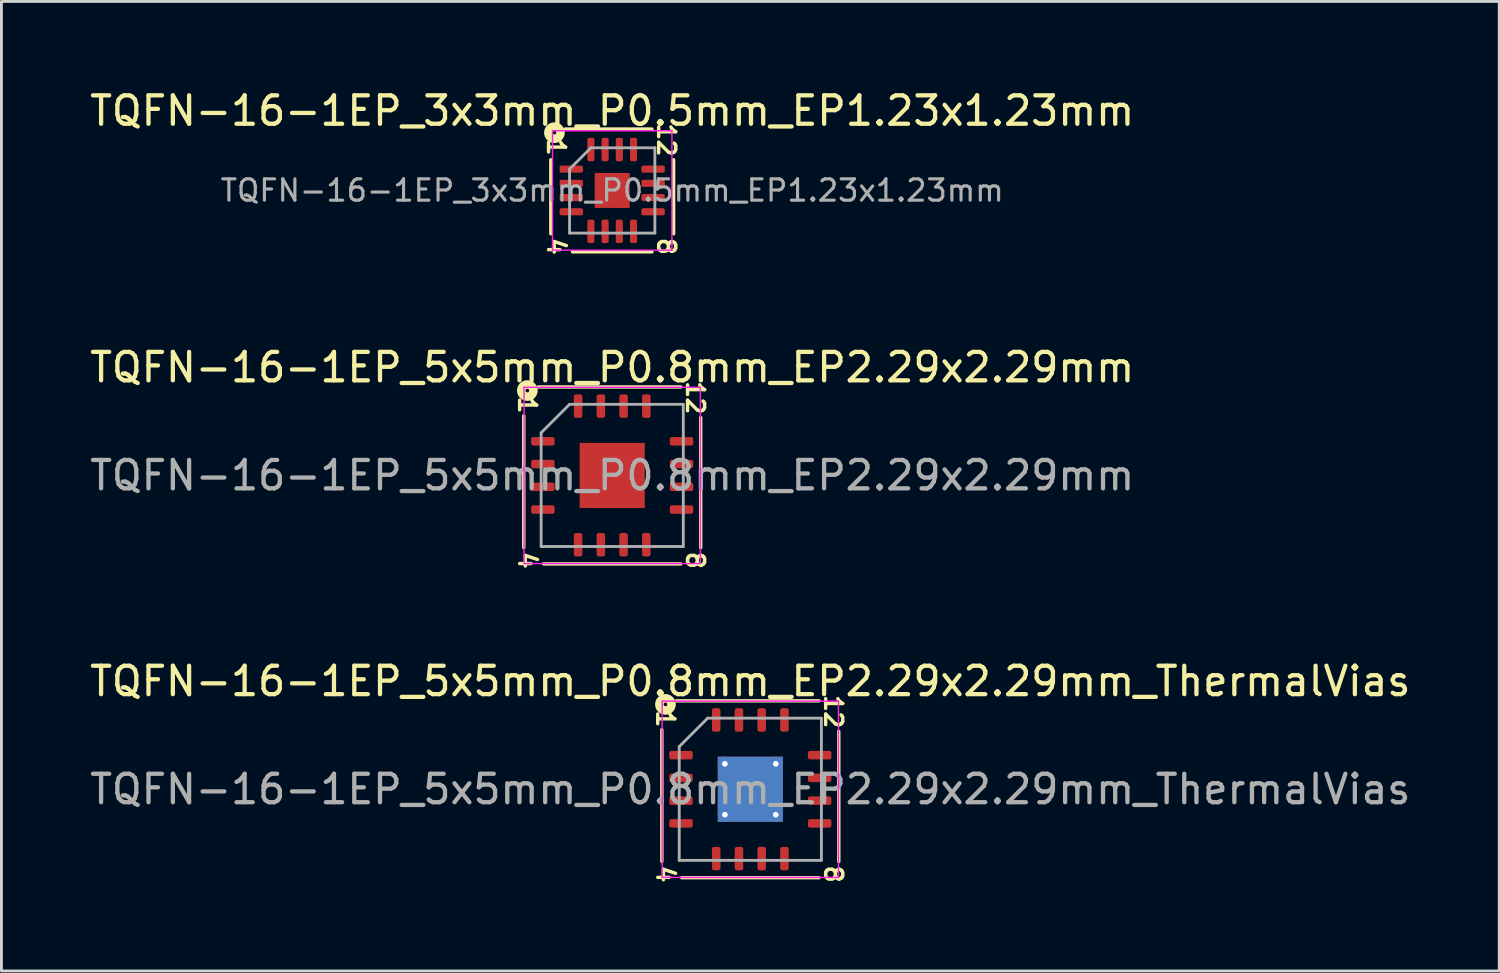
<source format=kicad_pcb>
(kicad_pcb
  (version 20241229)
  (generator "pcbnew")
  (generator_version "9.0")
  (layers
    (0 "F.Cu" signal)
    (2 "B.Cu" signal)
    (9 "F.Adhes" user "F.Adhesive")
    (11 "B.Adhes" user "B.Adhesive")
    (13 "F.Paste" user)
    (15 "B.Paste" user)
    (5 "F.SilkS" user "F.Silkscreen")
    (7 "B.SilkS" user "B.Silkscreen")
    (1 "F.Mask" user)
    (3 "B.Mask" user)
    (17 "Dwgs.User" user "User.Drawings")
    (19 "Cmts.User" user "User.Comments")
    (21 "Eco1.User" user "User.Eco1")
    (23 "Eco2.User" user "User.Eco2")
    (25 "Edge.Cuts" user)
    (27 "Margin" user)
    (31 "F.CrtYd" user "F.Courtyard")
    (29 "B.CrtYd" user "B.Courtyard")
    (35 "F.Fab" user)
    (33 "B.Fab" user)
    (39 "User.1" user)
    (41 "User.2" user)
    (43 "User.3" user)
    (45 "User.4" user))
  (footprint "TQFN-16-1EP_3x3mm_P0.5mm_EP1.23x1.23mm"
    (layer "F.Cu")
    (at 18.482 3.648)
    (property "Reference" "TQFN-16-1EP_3x3mm_P0.5mm_EP1.23x1.23mm" (at 0 -2.8 0) (layer "F.SilkS") (effects (font (size 1 1) (thickness 0.15))))
    (attr smd)
    (fp_line (start -2.159 -1.079) (end -2.159 1.524) (stroke (width 0.12) (type solid)) (layer "F.SilkS"))
    (fp_line (start -1.397 2.159) (end 1.397 2.159) (stroke (width 0.12) (type solid)) (layer "F.SilkS"))
    (fp_line (start 1.397 -2.159) (end -1.651 -2.159) (stroke (width 0.12) (type solid)) (layer "F.SilkS"))
    (fp_line (start 2.159 1.524) (end 2.159 -1.079) (stroke (width 0.12) (type solid)) (layer "F.SilkS"))
    (fp_circle (center -2.032 -2.032) (end -1.968 -2.032) (stroke (width 0.3) (type solid)) (fill no) (layer "F.SilkS"))
    (fp_line (start -2.1 -2.1) (end -2.1 2.1) (stroke (width 0.05) (type solid)) (layer "F.CrtYd"))
    (fp_line (start -2.1 2.1) (end 2.1 2.1) (stroke (width 0.05) (type solid)) (layer "F.CrtYd"))
    (fp_line (start 2.1 -2.1) (end -2.1 -2.1) (stroke (width 0.05) (type solid)) (layer "F.CrtYd"))
    (fp_line (start 2.1 2.1) (end 2.1 -2.1) (stroke (width 0.05) (type solid)) (layer "F.CrtYd"))
    (fp_line (start -1.5 -0.75) (end -0.75 -1.5) (stroke (width 0.1) (type solid)) (layer "F.Fab"))
    (fp_line (start -1.5 1.5) (end -1.5 -0.75) (stroke (width 0.1) (type solid)) (layer "F.Fab"))
    (fp_line (start -0.75 -1.5) (end 1.5 -1.5) (stroke (width 0.1) (type solid)) (layer "F.Fab"))
    (fp_line (start 1.5 -1.5) (end 1.5 1.5) (stroke (width 0.1) (type solid)) (layer "F.Fab"))
    (fp_line (start 1.5 1.5) (end -1.5 1.5) (stroke (width 0.1) (type solid)) (layer "F.Fab"))
    (fp_text user "4" (at -1.968 1.968 270) (unlocked yes) (layer "F.SilkS") (effects (font (size 0.6 0.6) (thickness 0.12))))
    (fp_text user "1" (at -1.968 -1.524 270) (unlocked yes) (layer "F.SilkS") (effects (font (size 0.6 0.6) (thickness 0.12))))
    (fp_text user "12" (at 1.905 -1.778 270) (unlocked yes) (layer "F.SilkS") (effects (font (size 0.6 0.6) (thickness 0.12))))
    (fp_text user "8" (at 1.905 1.968 270) (unlocked yes) (layer "F.SilkS") (effects (font (size 0.6 0.6) (thickness 0.12))))
    (fp_text user "${REFERENCE}" (at 0 0 0) (layer "F.Fab") (effects (font (size 0.75 0.75) (thickness 0.11))))
    (pad "" smd roundrect (at -0.31 -0.31) (size 0.5 0.5) (layers "F.Paste") (roundrect_rratio 0.25))
    (pad "" smd roundrect (at -0.31 0.31) (size 0.5 0.5) (layers "F.Paste") (roundrect_rratio 0.25))
    (pad "" smd roundrect (at 0.31 -0.31) (size 0.5 0.5) (layers "F.Paste") (roundrect_rratio 0.25))
    (pad "" smd roundrect (at 0.31 0.31) (size 0.5 0.5) (layers "F.Paste") (roundrect_rratio 0.25))
    (pad "1" smd roundrect (at -1.438 -0.75) (size 0.825 0.25) (layers "F.Cu" "F.Mask" "F.Paste") (roundrect_rratio 0.25))
    (pad "2" smd roundrect (at -1.438 -0.25) (size 0.825 0.25) (layers "F.Cu" "F.Mask" "F.Paste") (roundrect_rratio 0.25))
    (pad "3" smd roundrect (at -1.438 0.25) (size 0.825 0.25) (layers "F.Cu" "F.Mask" "F.Paste") (roundrect_rratio 0.25))
    (pad "4" smd roundrect (at -1.438 0.75) (size 0.825 0.25) (layers "F.Cu" "F.Mask" "F.Paste") (roundrect_rratio 0.25))
    (pad "5" smd roundrect (at -0.75 1.438) (size 0.25 0.825) (layers "F.Cu" "F.Mask" "F.Paste") (roundrect_rratio 0.25))
    (pad "6" smd roundrect (at -0.25 1.438) (size 0.25 0.825) (layers "F.Cu" "F.Mask" "F.Paste") (roundrect_rratio 0.25))
    (pad "7" smd roundrect (at 0.25 1.438) (size 0.25 0.825) (layers "F.Cu" "F.Mask" "F.Paste") (roundrect_rratio 0.25))
    (pad "8" smd roundrect (at 0.75 1.438) (size 0.25 0.825) (layers "F.Cu" "F.Mask" "F.Paste") (roundrect_rratio 0.25))
    (pad "9" smd roundrect (at 1.438 0.75) (size 0.825 0.25) (layers "F.Cu" "F.Mask" "F.Paste") (roundrect_rratio 0.25))
    (pad "10" smd roundrect (at 1.438 0.25) (size 0.825 0.25) (layers "F.Cu" "F.Mask" "F.Paste") (roundrect_rratio 0.25))
    (pad "11" smd roundrect (at 1.438 -0.25) (size 0.825 0.25) (layers "F.Cu" "F.Mask" "F.Paste") (roundrect_rratio 0.25))
    (pad "12" smd roundrect (at 1.438 -0.75) (size 0.825 0.25) (layers "F.Cu" "F.Mask" "F.Paste") (roundrect_rratio 0.25))
    (pad "13" smd roundrect (at 0.75 -1.438) (size 0.25 0.825) (layers "F.Cu" "F.Mask" "F.Paste") (roundrect_rratio 0.25))
    (pad "14" smd roundrect (at 0.25 -1.438) (size 0.25 0.825) (layers "F.Cu" "F.Mask" "F.Paste") (roundrect_rratio 0.25))
    (pad "15" smd roundrect (at -0.25 -1.438) (size 0.25 0.825) (layers "F.Cu" "F.Mask" "F.Paste") (roundrect_rratio 0.25))
    (pad "16" smd roundrect (at -0.75 -1.438) (size 0.25 0.825) (layers "F.Cu" "F.Mask" "F.Paste") (roundrect_rratio 0.25))
    (pad "17" smd rect (at 0 0) (size 1.23 1.23) (layers "F.Cu" "F.Mask")))
  (footprint "TQFN-16-1EP_5x5mm_P0.8mm_EP2.29x2.29mm_ThermalVias"
    (layer "F.Cu")
    (at 23.339 24.709)
    (property "Reference" "TQFN-16-1EP_5x5mm_P0.8mm_EP2.29x2.29mm_ThermalVias" (at 0 -3.8 0) (layer "F.SilkS") (effects (font (size 1 1) (thickness 0.15))))
    (attr smd)
    (fp_line (start -3.111 -2.095) (end -3.111 2.54) (stroke (width 0.12) (type solid)) (layer "F.SilkS"))
    (fp_line (start -2.413 3.111) (end 2.413 3.111) (stroke (width 0.12) (type solid)) (layer "F.SilkS"))
    (fp_line (start 2.413 -3.111) (end -2.603 -3.111) (stroke (width 0.12) (type solid)) (layer "F.SilkS"))
    (fp_line (start 3.111 2.54) (end 3.111 -2.032) (stroke (width 0.12) (type solid)) (layer "F.SilkS"))
    (fp_circle (center -2.985 -2.985) (end -2.921 -2.985) (stroke (width 0.3) (type solid)) (fill no) (layer "F.SilkS"))
    (fp_line (start -3.1 -3.1) (end -3.1 3.1) (stroke (width 0.05) (type solid)) (layer "F.CrtYd"))
    (fp_line (start -3.1 3.1) (end 3.1 3.1) (stroke (width 0.05) (type solid)) (layer "F.CrtYd"))
    (fp_line (start 3.1 -3.1) (end -3.1 -3.1) (stroke (width 0.05) (type solid)) (layer "F.CrtYd"))
    (fp_line (start 3.1 3.1) (end 3.1 -3.1) (stroke (width 0.05) (type solid)) (layer "F.CrtYd"))
    (fp_line (start -2.5 -1.5) (end -1.5 -2.5) (stroke (width 0.1) (type solid)) (layer "F.Fab"))
    (fp_line (start -2.5 2.5) (end -2.5 -1.5) (stroke (width 0.1) (type solid)) (layer "F.Fab"))
    (fp_line (start -1.5 -2.5) (end 2.5 -2.5) (stroke (width 0.1) (type solid)) (layer "F.Fab"))
    (fp_line (start 2.5 -2.5) (end 2.5 2.5) (stroke (width 0.1) (type solid)) (layer "F.Fab"))
    (fp_line (start 2.5 2.5) (end -2.5 2.5) (stroke (width 0.1) (type solid)) (layer "F.Fab"))
    (fp_text user "1" (at -2.985 -2.477 270) (unlocked yes) (layer "F.SilkS") (effects (font (size 0.6 0.6) (thickness 0.12))))
    (fp_text user "12" (at 2.921 -2.731 270) (unlocked yes) (layer "F.SilkS") (effects (font (size 0.6 0.6) (thickness 0.12))))
    (fp_text user "8" (at 2.921 2.985 270) (unlocked yes) (layer "F.SilkS") (effects (font (size 0.6 0.6) (thickness 0.12))))
    (fp_text user "4" (at -2.985 2.985 270) (unlocked yes) (layer "F.SilkS") (effects (font (size 0.6 0.6) (thickness 0.12))))
    (fp_text user "${REFERENCE}" (at 0 0 0) (layer "F.Fab") (effects (font (size 1 1) (thickness 0.15))))
    (pad "" smd roundrect (at -0.57 -0.57) (size 0.99 0.99) (layers "F.Paste") (roundrect_rratio 0.25))
    (pad "" smd roundrect (at -0.57 0.57) (size 0.99 0.99) (layers "F.Paste") (roundrect_rratio 0.25))
    (pad "" smd roundrect (at 0.57 -0.57) (size 0.99 0.99) (layers "F.Paste") (roundrect_rratio 0.25))
    (pad "" smd roundrect (at 0.57 0.57) (size 0.99 0.99) (layers "F.Paste") (roundrect_rratio 0.25))
    (pad "1" smd roundrect (at -2.438 -1.2) (size 0.825 0.3) (layers "F.Cu" "F.Mask" "F.Paste") (roundrect_rratio 0.25))
    (pad "2" smd roundrect (at -2.438 -0.4) (size 0.825 0.3) (layers "F.Cu" "F.Mask" "F.Paste") (roundrect_rratio 0.25))
    (pad "3" smd roundrect (at -2.438 0.4) (size 0.825 0.3) (layers "F.Cu" "F.Mask" "F.Paste") (roundrect_rratio 0.25))
    (pad "4" smd roundrect (at -2.438 1.2) (size 0.825 0.3) (layers "F.Cu" "F.Mask" "F.Paste") (roundrect_rratio 0.25))
    (pad "5" smd roundrect (at -1.2 2.438) (size 0.3 0.825) (layers "F.Cu" "F.Mask" "F.Paste") (roundrect_rratio 0.25))
    (pad "6" smd roundrect (at -0.4 2.438) (size 0.3 0.825) (layers "F.Cu" "F.Mask" "F.Paste") (roundrect_rratio 0.25))
    (pad "7" smd roundrect (at 0.4 2.438) (size 0.3 0.825) (layers "F.Cu" "F.Mask" "F.Paste") (roundrect_rratio 0.25))
    (pad "8" smd roundrect (at 1.2 2.438) (size 0.3 0.825) (layers "F.Cu" "F.Mask" "F.Paste") (roundrect_rratio 0.25))
    (pad "9" smd roundrect (at 2.438 1.2) (size 0.825 0.3) (layers "F.Cu" "F.Mask" "F.Paste") (roundrect_rratio 0.25))
    (pad "10" smd roundrect (at 2.438 0.4) (size 0.825 0.3) (layers "F.Cu" "F.Mask" "F.Paste") (roundrect_rratio 0.25))
    (pad "11" smd roundrect (at 2.438 -0.4) (size 0.825 0.3) (layers "F.Cu" "F.Mask" "F.Paste") (roundrect_rratio 0.25))
    (pad "12" smd roundrect (at 2.438 -1.2) (size 0.825 0.3) (layers "F.Cu" "F.Mask" "F.Paste") (roundrect_rratio 0.25))
    (pad "13" smd roundrect (at 1.2 -2.438) (size 0.3 0.825) (layers "F.Cu" "F.Mask" "F.Paste") (roundrect_rratio 0.25))
    (pad "14" smd roundrect (at 0.4 -2.438) (size 0.3 0.825) (layers "F.Cu" "F.Mask" "F.Paste") (roundrect_rratio 0.25))
    (pad "15" smd roundrect (at -0.4 -2.438) (size 0.3 0.825) (layers "F.Cu" "F.Mask" "F.Paste") (roundrect_rratio 0.25))
    (pad "16" smd roundrect (at -1.2 -2.438) (size 0.3 0.825) (layers "F.Cu" "F.Mask" "F.Paste") (roundrect_rratio 0.25))
    (pad "17" thru_hole circle (at -0.895 -0.895) (size 0.5 0.5) (drill 0.2) (layers "*.Cu"))
    (pad "17" thru_hole circle (at -0.895 0.895) (size 0.5 0.5) (drill 0.2) (layers "*.Cu"))
    (pad "17" smd rect (at 0 0) (size 2.29 2.29) (layers "F.Cu" "F.Mask"))
    (pad "17" smd rect (at 0 0) (size 2.29 2.29) (layers "B.Cu" "B.Mask"))
    (pad "17" thru_hole circle (at 0.895 -0.895) (size 0.5 0.5) (drill 0.2) (layers "*.Cu"))
    (pad "17" thru_hole circle (at 0.895 0.895) (size 0.5 0.5) (drill 0.2) (layers "*.Cu")))
  (footprint "TQFN-16-1EP_5x5mm_P0.8mm_EP2.29x2.29mm"
    (layer "F.Cu")
    (at 18.482 13.671)
    (property "Reference" "TQFN-16-1EP_5x5mm_P0.8mm_EP2.29x2.29mm" (at 0 -3.8 0) (layer "F.SilkS") (effects (font (size 1 1) (thickness 0.15))))
    (attr smd)
    (fp_line (start -3.111 -2.095) (end -3.111 2.54) (stroke (width 0.12) (type solid)) (layer "F.SilkS"))
    (fp_line (start -2.413 3.111) (end 2.413 3.111) (stroke (width 0.12) (type solid)) (layer "F.SilkS"))
    (fp_line (start 2.413 -3.111) (end -2.603 -3.111) (stroke (width 0.12) (type solid)) (layer "F.SilkS"))
    (fp_line (start 3.111 2.54) (end 3.111 -2.032) (stroke (width 0.12) (type solid)) (layer "F.SilkS"))
    (fp_circle (center -2.985 -2.985) (end -2.921 -2.985) (stroke (width 0.3) (type solid)) (fill no) (layer "F.SilkS"))
    (fp_line (start -3.1 -3.1) (end -3.1 3.1) (stroke (width 0.05) (type solid)) (layer "F.CrtYd"))
    (fp_line (start -3.1 3.1) (end 3.1 3.1) (stroke (width 0.05) (type solid)) (layer "F.CrtYd"))
    (fp_line (start 3.1 -3.1) (end -3.1 -3.1) (stroke (width 0.05) (type solid)) (layer "F.CrtYd"))
    (fp_line (start 3.1 3.1) (end 3.1 -3.1) (stroke (width 0.05) (type solid)) (layer "F.CrtYd"))
    (fp_line (start -2.5 -1.5) (end -1.5 -2.5) (stroke (width 0.1) (type solid)) (layer "F.Fab"))
    (fp_line (start -2.5 2.5) (end -2.5 -1.5) (stroke (width 0.1) (type solid)) (layer "F.Fab"))
    (fp_line (start -1.5 -2.5) (end 2.5 -2.5) (stroke (width 0.1) (type solid)) (layer "F.Fab"))
    (fp_line (start 2.5 -2.5) (end 2.5 2.5) (stroke (width 0.1) (type solid)) (layer "F.Fab"))
    (fp_line (start 2.5 2.5) (end -2.5 2.5) (stroke (width 0.1) (type solid)) (layer "F.Fab"))
    (fp_text user "1" (at -2.985 -2.477 270) (unlocked yes) (layer "F.SilkS") (effects (font (size 0.6 0.6) (thickness 0.12))))
    (fp_text user "8" (at 2.921 2.985 270) (unlocked yes) (layer "F.SilkS") (effects (font (size 0.6 0.6) (thickness 0.12))))
    (fp_text user "12" (at 2.921 -2.731 270) (unlocked yes) (layer "F.SilkS") (effects (font (size 0.6 0.6) (thickness 0.12))))
    (fp_text user "4" (at -2.985 2.985 270) (unlocked yes) (layer "F.SilkS") (effects (font (size 0.6 0.6) (thickness 0.12))))
    (fp_text user "${REFERENCE}" (at 0 0 0) (layer "F.Fab") (effects (font (size 1 1) (thickness 0.15))))
    (pad "" smd roundrect (at -0.57 -0.57) (size 0.92 0.92) (layers "F.Paste") (roundrect_rratio 0.25))
    (pad "" smd roundrect (at -0.57 0.57) (size 0.92 0.92) (layers "F.Paste") (roundrect_rratio 0.25))
    (pad "" smd roundrect (at 0.57 -0.57) (size 0.92 0.92) (layers "F.Paste") (roundrect_rratio 0.25))
    (pad "" smd roundrect (at 0.57 0.57) (size 0.92 0.92) (layers "F.Paste") (roundrect_rratio 0.25))
    (pad "1" smd roundrect (at -2.438 -1.2) (size 0.825 0.3) (layers "F.Cu" "F.Mask" "F.Paste") (roundrect_rratio 0.25))
    (pad "2" smd roundrect (at -2.438 -0.4) (size 0.825 0.3) (layers "F.Cu" "F.Mask" "F.Paste") (roundrect_rratio 0.25))
    (pad "3" smd roundrect (at -2.438 0.4) (size 0.825 0.3) (layers "F.Cu" "F.Mask" "F.Paste") (roundrect_rratio 0.25))
    (pad "4" smd roundrect (at -2.438 1.2) (size 0.825 0.3) (layers "F.Cu" "F.Mask" "F.Paste") (roundrect_rratio 0.25))
    (pad "5" smd roundrect (at -1.2 2.438) (size 0.3 0.825) (layers "F.Cu" "F.Mask" "F.Paste") (roundrect_rratio 0.25))
    (pad "6" smd roundrect (at -0.4 2.438) (size 0.3 0.825) (layers "F.Cu" "F.Mask" "F.Paste") (roundrect_rratio 0.25))
    (pad "7" smd roundrect (at 0.4 2.438) (size 0.3 0.825) (layers "F.Cu" "F.Mask" "F.Paste") (roundrect_rratio 0.25))
    (pad "8" smd roundrect (at 1.2 2.438) (size 0.3 0.825) (layers "F.Cu" "F.Mask" "F.Paste") (roundrect_rratio 0.25))
    (pad "9" smd roundrect (at 2.438 1.2) (size 0.825 0.3) (layers "F.Cu" "F.Mask" "F.Paste") (roundrect_rratio 0.25))
    (pad "10" smd roundrect (at 2.438 0.4) (size 0.825 0.3) (layers "F.Cu" "F.Mask" "F.Paste") (roundrect_rratio 0.25))
    (pad "11" smd roundrect (at 2.438 -0.4) (size 0.825 0.3) (layers "F.Cu" "F.Mask" "F.Paste") (roundrect_rratio 0.25))
    (pad "12" smd roundrect (at 2.438 -1.2) (size 0.825 0.3) (layers "F.Cu" "F.Mask" "F.Paste") (roundrect_rratio 0.25))
    (pad "13" smd roundrect (at 1.2 -2.438) (size 0.3 0.825) (layers "F.Cu" "F.Mask" "F.Paste") (roundrect_rratio 0.25))
    (pad "14" smd roundrect (at 0.4 -2.438) (size 0.3 0.825) (layers "F.Cu" "F.Mask" "F.Paste") (roundrect_rratio 0.25))
    (pad "15" smd roundrect (at -0.4 -2.438) (size 0.3 0.825) (layers "F.Cu" "F.Mask" "F.Paste") (roundrect_rratio 0.25))
    (pad "16" smd roundrect (at -1.2 -2.438) (size 0.3 0.825) (layers "F.Cu" "F.Mask" "F.Paste") (roundrect_rratio 0.25))
    (pad "17" smd rect (at 0 0) (size 2.29 2.29) (layers "F.Cu" "F.Mask")))
  (gr_rect
    (start -3 -3)
    (end 49.679 31.099)
    (stroke (width 0.1) (type default))
    (fill no)
    (layer "Edge.Cuts")))
</source>
